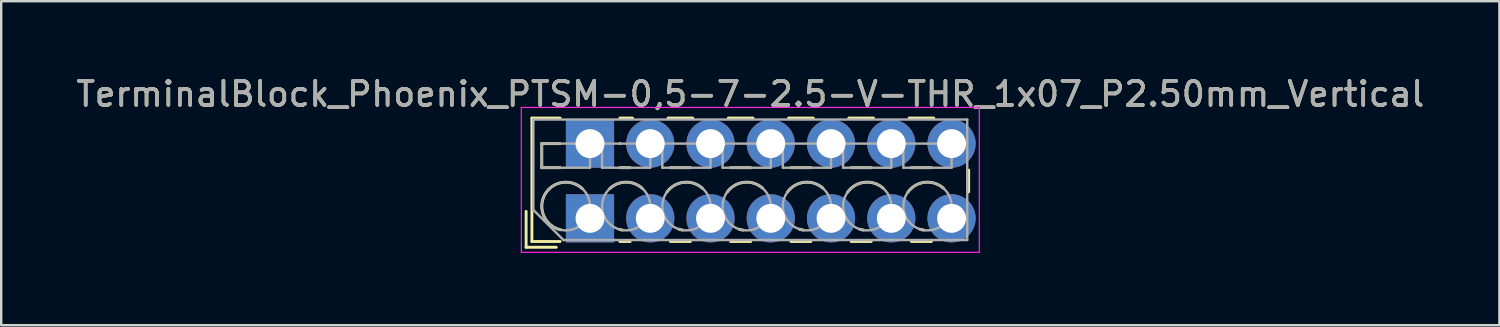
<source format=kicad_pcb>
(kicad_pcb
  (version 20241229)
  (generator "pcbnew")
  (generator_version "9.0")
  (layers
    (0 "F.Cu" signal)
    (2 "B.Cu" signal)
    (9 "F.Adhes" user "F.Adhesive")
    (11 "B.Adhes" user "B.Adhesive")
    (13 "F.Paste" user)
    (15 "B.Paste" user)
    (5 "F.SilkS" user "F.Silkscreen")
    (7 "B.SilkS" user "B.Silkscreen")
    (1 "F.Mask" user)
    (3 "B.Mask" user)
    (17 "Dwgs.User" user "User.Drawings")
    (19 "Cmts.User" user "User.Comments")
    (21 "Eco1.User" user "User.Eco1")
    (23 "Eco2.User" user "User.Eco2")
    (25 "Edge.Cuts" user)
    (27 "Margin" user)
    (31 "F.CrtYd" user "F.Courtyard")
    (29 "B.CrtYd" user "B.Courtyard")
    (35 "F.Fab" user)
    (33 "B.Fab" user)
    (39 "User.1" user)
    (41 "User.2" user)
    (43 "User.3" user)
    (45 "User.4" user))
  (footprint "TerminalBlock_Phoenix_PTSM-0,5-7-2.5-V-THR_1x07_P2.50mm_Vertical"
    (layer "F.Cu")
    (at 21.427 6.008)
    (property "Reference" "TerminalBlock_Phoenix_PTSM-0,5-7-2.5-V-THR_1x07_P2.50mm_Vertical" (at 6.65 -5.16 0) (layer "F.SilkS") (effects (font (size 1 1) (thickness 0.15))))
    (attr through_hole)
    (fp_line (start -2.65 -0.29) (end -2.65 1.2) (stroke (width 0.12) (type solid)) (layer "F.SilkS"))
    (fp_line (start -2.65 1.2) (end -1.4 1.2) (stroke (width 0.12) (type solid)) (layer "F.SilkS"))
    (fp_line (start -2.41 -4.16) (end -2.41 0.961) (stroke (width 0.12) (type solid)) (layer "F.SilkS"))
    (fp_line (start -2.41 -4.16) (end -1.24 -4.16) (stroke (width 0.12) (type solid)) (layer "F.SilkS"))
    (fp_line (start -2.41 0.961) (end -1.24 0.961) (stroke (width 0.12) (type solid)) (layer "F.SilkS"))
    (fp_line (start -2 -3.1) (end -2 -2.1) (stroke (width 0.12) (type solid)) (layer "F.SilkS"))
    (fp_line (start -2 -3.1) (end -1.24 -3.1) (stroke (width 0.12) (type solid)) (layer "F.SilkS"))
    (fp_line (start -2 -2.1) (end -1.24 -2.1) (stroke (width 0.12) (type solid)) (layer "F.SilkS"))
    (fp_line (start 1.24 -4.16) (end 1.763 -4.16) (stroke (width 0.12) (type solid)) (layer "F.SilkS"))
    (fp_line (start 1.24 -3.1) (end 1.245 -3.1) (stroke (width 0.12) (type solid)) (layer "F.SilkS"))
    (fp_line (start 1.24 -2.1) (end 1.665 -2.1) (stroke (width 0.12) (type solid)) (layer "F.SilkS"))
    (fp_line (start 1.24 0.961) (end 1.665 0.961) (stroke (width 0.12) (type solid)) (layer "F.SilkS"))
    (fp_line (start 3.238 -4.16) (end 4.263 -4.16) (stroke (width 0.12) (type solid)) (layer "F.SilkS"))
    (fp_line (start 3.336 -2.1) (end 4.165 -2.1) (stroke (width 0.12) (type solid)) (layer "F.SilkS"))
    (fp_line (start 3.336 0.961) (end 4.165 0.961) (stroke (width 0.12) (type solid)) (layer "F.SilkS"))
    (fp_line (start 5.738 -4.16) (end 6.763 -4.16) (stroke (width 0.12) (type solid)) (layer "F.SilkS"))
    (fp_line (start 5.836 -2.1) (end 6.665 -2.1) (stroke (width 0.12) (type solid)) (layer "F.SilkS"))
    (fp_line (start 5.836 0.961) (end 6.665 0.961) (stroke (width 0.12) (type solid)) (layer "F.SilkS"))
    (fp_line (start 8.238 -4.16) (end 9.263 -4.16) (stroke (width 0.12) (type solid)) (layer "F.SilkS"))
    (fp_line (start 8.336 -2.1) (end 9.165 -2.1) (stroke (width 0.12) (type solid)) (layer "F.SilkS"))
    (fp_line (start 8.336 0.961) (end 9.165 0.961) (stroke (width 0.12) (type solid)) (layer "F.SilkS"))
    (fp_line (start 10.738 -4.16) (end 11.763 -4.16) (stroke (width 0.12) (type solid)) (layer "F.SilkS"))
    (fp_line (start 10.836 -2.1) (end 11.665 -2.1) (stroke (width 0.12) (type solid)) (layer "F.SilkS"))
    (fp_line (start 10.836 0.961) (end 11.665 0.961) (stroke (width 0.12) (type solid)) (layer "F.SilkS"))
    (fp_line (start 13.238 -4.16) (end 14.263 -4.16) (stroke (width 0.12) (type solid)) (layer "F.SilkS"))
    (fp_line (start 13.336 -2.1) (end 14.165 -2.1) (stroke (width 0.12) (type solid)) (layer "F.SilkS"))
    (fp_line (start 13.336 0.961) (end 14.165 0.961) (stroke (width 0.12) (type solid)) (layer "F.SilkS"))
    (fp_line (start 15.71 -2) (end 15.71 -1.1) (stroke (width 0.12) (type solid)) (layer "F.SilkS"))
    (fp_arc (start -1.224629 0.474931) (mid -1.883573 -0.969306) (end -0.318 -1.232) (stroke (width 0.12) (type solid)) (layer "F.SilkS"))
    (fp_arc (start 0.817811 -1.23232) (mid 1.483053 -1.500693) (end 2.157 -1.255) (stroke (width 0.12) (type solid)) (layer "F.SilkS"))
    (fp_arc (start 1.344288 0.488343) (mid 1.284242 0.476994) (end 1.225 0.462) (stroke (width 0.12) (type solid)) (layer "F.SilkS"))
    (fp_arc (start 3.190612 -1.088697) (mid 3.887218 -1.494461) (end 4.657 -1.255) (stroke (width 0.12) (type solid)) (layer "F.SilkS"))
    (fp_arc (start 3.84373 0.488618) (mid 3.766646 0.47331) (end 3.691 0.452) (stroke (width 0.12) (type solid)) (layer "F.SilkS"))
    (fp_arc (start 5.690612 -1.088697) (mid 6.387218 -1.494461) (end 7.157 -1.255) (stroke (width 0.12) (type solid)) (layer "F.SilkS"))
    (fp_arc (start 6.34373 0.488618) (mid 6.266646 0.47331) (end 6.191 0.452) (stroke (width 0.12) (type solid)) (layer "F.SilkS"))
    (fp_arc (start 8.190612 -1.088697) (mid 8.887218 -1.494461) (end 9.657 -1.255) (stroke (width 0.12) (type solid)) (layer "F.SilkS"))
    (fp_arc (start 8.84373 0.488618) (mid 8.766646 0.47331) (end 8.691 0.452) (stroke (width 0.12) (type solid)) (layer "F.SilkS"))
    (fp_arc (start 10.690612 -1.088697) (mid 11.387218 -1.494461) (end 12.157 -1.255) (stroke (width 0.12) (type solid)) (layer "F.SilkS"))
    (fp_arc (start 11.34373 0.488618) (mid 11.266646 0.47331) (end 11.191 0.452) (stroke (width 0.12) (type solid)) (layer "F.SilkS"))
    (fp_arc (start 13.190612 -1.088697) (mid 13.887218 -1.494461) (end 14.657 -1.255) (stroke (width 0.12) (type solid)) (layer "F.SilkS"))
    (fp_arc (start 13.84373 0.488618) (mid 13.766646 0.47331) (end 13.691 0.452) (stroke (width 0.12) (type solid)) (layer "F.SilkS"))
    (fp_line (start -2.85 -4.6) (end -2.85 1.41) (stroke (width 0.05) (type solid)) (layer "F.CrtYd"))
    (fp_line (start -2.85 1.41) (end 16.15 1.41) (stroke (width 0.05) (type solid)) (layer "F.CrtYd"))
    (fp_line (start 16.15 -4.6) (end -2.85 -4.6) (stroke (width 0.05) (type solid)) (layer "F.CrtYd"))
    (fp_line (start 16.15 1.41) (end 16.15 -4.6) (stroke (width 0.05) (type solid)) (layer "F.CrtYd"))
    (fp_line (start -2.35 -4.1) (end 15.65 -4.1) (stroke (width 0.1) (type solid)) (layer "F.Fab"))
    (fp_line (start -2.35 -0.35) (end -2.35 -4.1) (stroke (width 0.1) (type solid)) (layer "F.Fab"))
    (fp_line (start -2 -3.1) (end -2 -2.1) (stroke (width 0.1) (type solid)) (layer "F.Fab"))
    (fp_line (start -2 -2.1) (end 0 -2.1) (stroke (width 0.1) (type solid)) (layer "F.Fab"))
    (fp_line (start -1.1 0.9) (end -2.35 -0.35) (stroke (width 0.1) (type solid)) (layer "F.Fab"))
    (fp_line (start 0 -3.1) (end -2 -3.1) (stroke (width 0.1) (type solid)) (layer "F.Fab"))
    (fp_line (start 0 -2.1) (end 0 -3.1) (stroke (width 0.1) (type solid)) (layer "F.Fab"))
    (fp_line (start 0.5 -3.1) (end 0.5 -2.1) (stroke (width 0.1) (type solid)) (layer "F.Fab"))
    (fp_line (start 0.5 -2.1) (end 2.5 -2.1) (stroke (width 0.1) (type solid)) (layer "F.Fab"))
    (fp_line (start 2.5 -3.1) (end 0.5 -3.1) (stroke (width 0.1) (type solid)) (layer "F.Fab"))
    (fp_line (start 2.5 -2.1) (end 2.5 -3.1) (stroke (width 0.1) (type solid)) (layer "F.Fab"))
    (fp_line (start 3 -3.1) (end 3 -2.1) (stroke (width 0.1) (type solid)) (layer "F.Fab"))
    (fp_line (start 3 -2.1) (end 5 -2.1) (stroke (width 0.1) (type solid)) (layer "F.Fab"))
    (fp_line (start 5 -3.1) (end 3 -3.1) (stroke (width 0.1) (type solid)) (layer "F.Fab"))
    (fp_line (start 5 -2.1) (end 5 -3.1) (stroke (width 0.1) (type solid)) (layer "F.Fab"))
    (fp_line (start 5.5 -3.1) (end 5.5 -2.1) (stroke (width 0.1) (type solid)) (layer "F.Fab"))
    (fp_line (start 5.5 -2.1) (end 7.5 -2.1) (stroke (width 0.1) (type solid)) (layer "F.Fab"))
    (fp_line (start 7.5 -3.1) (end 5.5 -3.1) (stroke (width 0.1) (type solid)) (layer "F.Fab"))
    (fp_line (start 7.5 -2.1) (end 7.5 -3.1) (stroke (width 0.1) (type solid)) (layer "F.Fab"))
    (fp_line (start 8 -3.1) (end 8 -2.1) (stroke (width 0.1) (type solid)) (layer "F.Fab"))
    (fp_line (start 8 -2.1) (end 10 -2.1) (stroke (width 0.1) (type solid)) (layer "F.Fab"))
    (fp_line (start 10 -3.1) (end 8 -3.1) (stroke (width 0.1) (type solid)) (layer "F.Fab"))
    (fp_line (start 10 -2.1) (end 10 -3.1) (stroke (width 0.1) (type solid)) (layer "F.Fab"))
    (fp_line (start 10.5 -3.1) (end 10.5 -2.1) (stroke (width 0.1) (type solid)) (layer "F.Fab"))
    (fp_line (start 10.5 -2.1) (end 12.5 -2.1) (stroke (width 0.1) (type solid)) (layer "F.Fab"))
    (fp_line (start 12.5 -3.1) (end 10.5 -3.1) (stroke (width 0.1) (type solid)) (layer "F.Fab"))
    (fp_line (start 12.5 -2.1) (end 12.5 -3.1) (stroke (width 0.1) (type solid)) (layer "F.Fab"))
    (fp_line (start 13 -3.1) (end 13 -2.1) (stroke (width 0.1) (type solid)) (layer "F.Fab"))
    (fp_line (start 13 -2.1) (end 15 -2.1) (stroke (width 0.1) (type solid)) (layer "F.Fab"))
    (fp_line (start 15 -3.1) (end 13 -3.1) (stroke (width 0.1) (type solid)) (layer "F.Fab"))
    (fp_line (start 15 -2.1) (end 15 -3.1) (stroke (width 0.1) (type solid)) (layer "F.Fab"))
    (fp_line (start 15.65 -4.1) (end 15.65 0.9) (stroke (width 0.1) (type solid)) (layer "F.Fab"))
    (fp_line (start 15.65 0.9) (end -1.1 0.9) (stroke (width 0.1) (type solid)) (layer "F.Fab"))
    (fp_circle (center -1 -0.5) (end 0 -0.5) (stroke (width 0.1) (type solid)) (fill no) (layer "F.Fab"))
    (fp_circle (center 1.5 -0.5) (end 2.5 -0.5) (stroke (width 0.1) (type solid)) (fill no) (layer "F.Fab"))
    (fp_circle (center 4 -0.5) (end 5 -0.5) (stroke (width 0.1) (type solid)) (fill no) (layer "F.Fab"))
    (fp_circle (center 6.5 -0.5) (end 7.5 -0.5) (stroke (width 0.1) (type solid)) (fill no) (layer "F.Fab"))
    (fp_circle (center 9 -0.5) (end 10 -0.5) (stroke (width 0.1) (type solid)) (fill no) (layer "F.Fab"))
    (fp_circle (center 11.5 -0.5) (end 12.5 -0.5) (stroke (width 0.1) (type solid)) (fill no) (layer "F.Fab"))
    (fp_circle (center 14 -0.5) (end 15 -0.5) (stroke (width 0.1) (type solid)) (fill no) (layer "F.Fab"))
    (fp_text user "${REFERENCE}" (at 6.65 -5.16 0) (layer "F.Fab") (effects (font (size 1 1) (thickness 0.15))))
    (pad "1" thru_hole rect (at 0 -3.1) (size 2 2) (drill 1.2) (layers "*.Cu" "*.Mask"))
    (pad "1" thru_hole rect (at 0 0) (size 2 2) (drill 1.2) (layers "*.Cu" "*.Mask"))
    (pad "2" thru_hole circle (at 2.5 -3.1) (size 2 2) (drill 1.2) (layers "*.Cu" "*.Mask"))
    (pad "2" thru_hole circle (at 2.5 0) (size 2 2) (drill 1.2) (layers "*.Cu" "*.Mask"))
    (pad "3" thru_hole circle (at 5 -3.1) (size 2 2) (drill 1.2) (layers "*.Cu" "*.Mask"))
    (pad "3" thru_hole circle (at 5 0) (size 2 2) (drill 1.2) (layers "*.Cu" "*.Mask"))
    (pad "4" thru_hole circle (at 7.5 -3.1) (size 2 2) (drill 1.2) (layers "*.Cu" "*.Mask"))
    (pad "4" thru_hole circle (at 7.5 0) (size 2 2) (drill 1.2) (layers "*.Cu" "*.Mask"))
    (pad "5" thru_hole circle (at 10 -3.1) (size 2 2) (drill 1.2) (layers "*.Cu" "*.Mask"))
    (pad "5" thru_hole circle (at 10 0) (size 2 2) (drill 1.2) (layers "*.Cu" "*.Mask"))
    (pad "6" thru_hole circle (at 12.5 -3.1) (size 2 2) (drill 1.2) (layers "*.Cu" "*.Mask"))
    (pad "6" thru_hole circle (at 12.5 0) (size 2 2) (drill 1.2) (layers "*.Cu" "*.Mask"))
    (pad "7" thru_hole circle (at 15 -3.1) (size 2 2) (drill 1.2) (layers "*.Cu" "*.Mask"))
    (pad "7" thru_hole circle (at 15 0) (size 2 2) (drill 1.2) (layers "*.Cu" "*.Mask")))
  (gr_rect
    (start -3 -3)
    (end 59.155 10.443)
    (stroke (width 0.1) (type default))
    (fill no)
    (layer "Edge.Cuts")))
</source>
